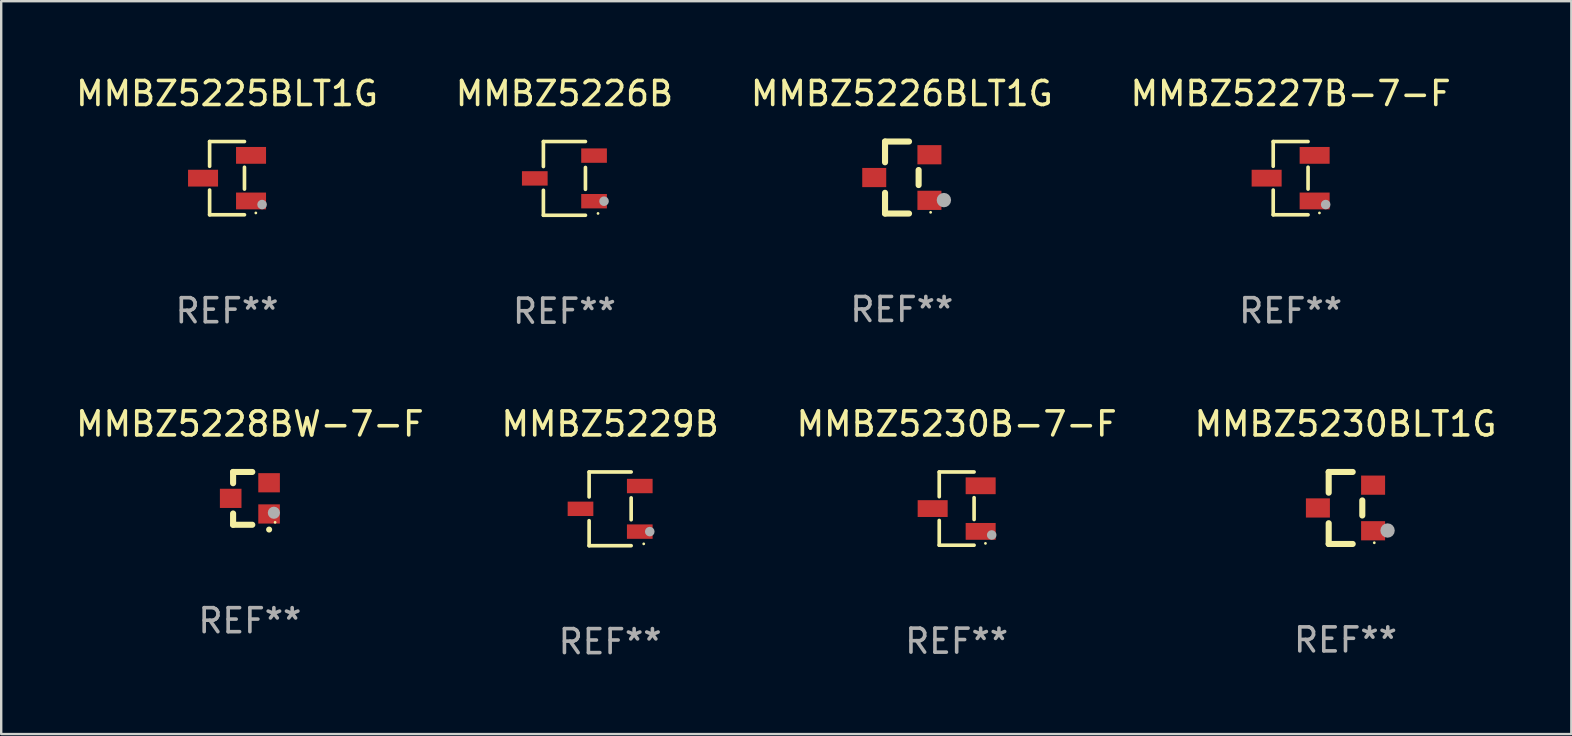
<source format=kicad_pcb>
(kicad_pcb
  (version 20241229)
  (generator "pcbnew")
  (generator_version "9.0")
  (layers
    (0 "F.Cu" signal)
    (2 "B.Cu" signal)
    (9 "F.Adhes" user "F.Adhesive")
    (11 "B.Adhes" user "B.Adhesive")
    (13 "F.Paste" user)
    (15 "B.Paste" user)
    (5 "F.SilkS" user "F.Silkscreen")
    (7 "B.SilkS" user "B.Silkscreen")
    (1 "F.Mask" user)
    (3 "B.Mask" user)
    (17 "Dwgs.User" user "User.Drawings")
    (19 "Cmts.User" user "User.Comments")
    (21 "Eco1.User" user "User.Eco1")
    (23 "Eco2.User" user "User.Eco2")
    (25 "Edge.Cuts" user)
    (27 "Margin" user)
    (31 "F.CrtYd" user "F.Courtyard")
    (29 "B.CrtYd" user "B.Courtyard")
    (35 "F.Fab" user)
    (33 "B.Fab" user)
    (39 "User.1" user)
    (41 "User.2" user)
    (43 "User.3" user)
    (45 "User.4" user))
  (footprint "MMBZ5230BLT1G"
    (layer "F.Cu")
    (at 53.018 18.117)
    (property "Reference" "MMBZ5230BLT1G" (at 0 -3.5 0) (layer "F.SilkS") (effects (font (size 1 1) (thickness 0.15))))
    (attr through_hole)
    (fp_line (start -0.7 -1.5) (end 0.3 -1.5) (stroke (width 0.254) (type solid)) (layer "F.SilkS"))
    (fp_line (start -0.7 -0.636) (end -0.7 -1.5) (stroke (width 0.254) (type solid)) (layer "F.SilkS"))
    (fp_line (start -0.7 1.5) (end -0.7 0.636) (stroke (width 0.254) (type solid)) (layer "F.SilkS"))
    (fp_line (start -0.7 1.5) (end 0.3 1.5) (stroke (width 0.254) (type solid)) (layer "F.SilkS"))
    (fp_line (start 0.7 0.314) (end 0.7 -0.314) (stroke (width 0.254) (type solid)) (layer "F.SilkS"))
    (fp_circle (center 1.2 1.45) (end 1.23 1.45) (stroke (width 0.06) (type solid)) (fill no) (layer "F.SilkS"))
    (fp_circle (center 1.753 0.94) (end 1.903 0.94) (stroke (width 0.3) (type solid)) (fill no) (layer "F.Fab"))
    (fp_text user "REF**" (at 0 5.5 0) (layer "F.Fab") (effects (font (size 1 1) (thickness 0.15))))
    (pad "1" smd rect (at 1.15 0.95 180) (size 1 0.8) (layers "F.Cu" "F.Mask" "F.Paste"))
    (pad "2" smd rect (at 1.15 -0.95 180) (size 1 0.8) (layers "F.Cu" "F.Mask" "F.Paste"))
    (pad "3" smd rect (at -1.15 -0.000051 180) (size 1 0.8) (layers "F.Cu" "F.Mask" "F.Paste")))
  (footprint "MMBZ5227B-7-F"
    (layer "F.Cu")
    (at 50.732 4.374)
    (property "Reference" "MMBZ5227B-7-F" (at 0 -3.526 0) (layer "F.SilkS") (effects (font (size 1 1) (thickness 0.15))))
    (attr through_hole)
    (fp_line (start -0.726 -1.526) (end -0.726 -0.495) (stroke (width 0.152) (type solid)) (layer "F.SilkS"))
    (fp_line (start -0.726 1.526) (end -0.726 0.495) (stroke (width 0.152) (type solid)) (layer "F.SilkS"))
    (fp_line (start 0.726 -1.526) (end -0.726 -1.526) (stroke (width 0.152) (type solid)) (layer "F.SilkS"))
    (fp_line (start 0.726 -0.455) (end 0.726 0.455) (stroke (width 0.152) (type solid)) (layer "F.SilkS"))
    (fp_line (start 0.726 1.526) (end -0.726 1.526) (stroke (width 0.152) (type solid)) (layer "F.SilkS"))
    (fp_circle (center 1.2 1.45) (end 1.23 1.45) (stroke (width 0.06) (type solid)) (fill no) (layer "F.SilkS"))
    (fp_circle (center 1.46 1.1) (end 1.56 1.1) (stroke (width 0.2) (type solid)) (fill no) (layer "F.Fab"))
    (fp_text user "REF**" (at 0 5.526 0) (layer "F.Fab") (effects (font (size 1 1) (thickness 0.15))))
    (pad "1" smd rect (at 1 0.95) (size 1.25 0.7) (layers "F.Cu" "F.Mask" "F.Paste"))
    (pad "2" smd rect (at 1 -0.95) (size 1.25 0.7) (layers "F.Cu" "F.Mask" "F.Paste"))
    (pad "3" smd rect (at -1 0) (size 1.25 0.7) (layers "F.Cu" "F.Mask" "F.Paste")))
  (footprint "MMBZ5226B"
    (layer "F.Cu")
    (at 20.47 4.384)
    (property "Reference" "MMBZ5226B" (at 0 -3.536 0) (layer "F.SilkS") (effects (font (size 1 1) (thickness 0.15))))
    (attr through_hole)
    (fp_line (start -0.876 -1.536) (end -0.876 -0.495) (stroke (width 0.152) (type solid)) (layer "F.SilkS"))
    (fp_line (start -0.876 1.536) (end -0.876 0.495) (stroke (width 0.152) (type solid)) (layer "F.SilkS"))
    (fp_line (start 0.876 -1.536) (end -0.876 -1.536) (stroke (width 0.152) (type solid)) (layer "F.SilkS"))
    (fp_line (start 0.876 -0.455) (end 0.876 0.455) (stroke (width 0.152) (type solid)) (layer "F.SilkS"))
    (fp_line (start 0.876 1.536) (end -0.876 1.536) (stroke (width 0.152) (type solid)) (layer "F.SilkS"))
    (fp_circle (center 1.4 1.46) (end 1.43 1.46) (stroke (width 0.06) (type solid)) (fill no) (layer "F.SilkS"))
    (fp_circle (center 1.651 0.95) (end 1.751 0.95) (stroke (width 0.2) (type solid)) (fill no) (layer "F.Fab"))
    (fp_text user "REF**" (at 0 5.536 0) (layer "F.Fab") (effects (font (size 1 1) (thickness 0.15))))
    (pad "1" smd rect (at 1.235 0.95) (size 1.07 0.6) (layers "F.Cu" "F.Mask" "F.Paste"))
    (pad "2" smd rect (at 1.235 -0.95) (size 1.07 0.6) (layers "F.Cu" "F.Mask" "F.Paste"))
    (pad "3" smd rect (at -1.235 0) (size 1.07 0.6) (layers "F.Cu" "F.Mask" "F.Paste")))
  (footprint "MMBZ5229B"
    (layer "F.Cu")
    (at 22.375 18.153)
    (property "Reference" "MMBZ5229B" (at 0 -3.536 0) (layer "F.SilkS") (effects (font (size 1 1) (thickness 0.15))))
    (attr through_hole)
    (fp_line (start -0.876 -1.536) (end -0.876 -0.495) (stroke (width 0.152) (type solid)) (layer "F.SilkS"))
    (fp_line (start -0.876 1.536) (end -0.876 0.495) (stroke (width 0.152) (type solid)) (layer "F.SilkS"))
    (fp_line (start 0.876 -1.536) (end -0.876 -1.536) (stroke (width 0.152) (type solid)) (layer "F.SilkS"))
    (fp_line (start 0.876 -0.455) (end 0.876 0.455) (stroke (width 0.152) (type solid)) (layer "F.SilkS"))
    (fp_line (start 0.876 1.536) (end -0.876 1.536) (stroke (width 0.152) (type solid)) (layer "F.SilkS"))
    (fp_circle (center 1.4 1.46) (end 1.43 1.46) (stroke (width 0.06) (type solid)) (fill no) (layer "F.SilkS"))
    (fp_circle (center 1.651 0.95) (end 1.751 0.95) (stroke (width 0.2) (type solid)) (fill no) (layer "F.Fab"))
    (fp_text user "REF**" (at 0 5.536 0) (layer "F.Fab") (effects (font (size 1 1) (thickness 0.15))))
    (pad "1" smd rect (at 1.235 0.95) (size 1.07 0.6) (layers "F.Cu" "F.Mask" "F.Paste"))
    (pad "2" smd rect (at 1.235 -0.95) (size 1.07 0.6) (layers "F.Cu" "F.Mask" "F.Paste"))
    (pad "3" smd rect (at -1.235 0) (size 1.07 0.6) (layers "F.Cu" "F.Mask" "F.Paste")))
  (footprint "MMBZ5230B-7-F"
    (layer "F.Cu")
    (at 36.815 18.143)
    (property "Reference" "MMBZ5230B-7-F" (at 0 -3.526 0) (layer "F.SilkS") (effects (font (size 1 1) (thickness 0.15))))
    (attr through_hole)
    (fp_line (start -0.726 -1.526) (end -0.726 -0.495) (stroke (width 0.152) (type solid)) (layer "F.SilkS"))
    (fp_line (start -0.726 1.526) (end -0.726 0.495) (stroke (width 0.152) (type solid)) (layer "F.SilkS"))
    (fp_line (start 0.726 -1.526) (end -0.726 -1.526) (stroke (width 0.152) (type solid)) (layer "F.SilkS"))
    (fp_line (start 0.726 -0.455) (end 0.726 0.455) (stroke (width 0.152) (type solid)) (layer "F.SilkS"))
    (fp_line (start 0.726 1.526) (end -0.726 1.526) (stroke (width 0.152) (type solid)) (layer "F.SilkS"))
    (fp_circle (center 1.2 1.45) (end 1.23 1.45) (stroke (width 0.06) (type solid)) (fill no) (layer "F.SilkS"))
    (fp_circle (center 1.46 1.1) (end 1.56 1.1) (stroke (width 0.2) (type solid)) (fill no) (layer "F.Fab"))
    (fp_text user "REF**" (at 0 5.526 0) (layer "F.Fab") (effects (font (size 1 1) (thickness 0.15))))
    (pad "1" smd rect (at 1 0.95) (size 1.25 0.7) (layers "F.Cu" "F.Mask" "F.Paste"))
    (pad "2" smd rect (at 1 -0.95) (size 1.25 0.7) (layers "F.Cu" "F.Mask" "F.Paste"))
    (pad "3" smd rect (at -1 0) (size 1.25 0.7) (layers "F.Cu" "F.Mask" "F.Paste")))
  (footprint "MMBZ5226BLT1G"
    (layer "F.Cu")
    (at 34.53 4.348)
    (property "Reference" "MMBZ5226BLT1G" (at 0 -3.5 0) (layer "F.SilkS") (effects (font (size 1 1) (thickness 0.15))))
    (attr through_hole)
    (fp_line (start -0.7 -1.5) (end 0.3 -1.5) (stroke (width 0.254) (type solid)) (layer "F.SilkS"))
    (fp_line (start -0.7 -0.636) (end -0.7 -1.5) (stroke (width 0.254) (type solid)) (layer "F.SilkS"))
    (fp_line (start -0.7 1.5) (end -0.7 0.636) (stroke (width 0.254) (type solid)) (layer "F.SilkS"))
    (fp_line (start -0.7 1.5) (end 0.3 1.5) (stroke (width 0.254) (type solid)) (layer "F.SilkS"))
    (fp_line (start 0.7 0.314) (end 0.7 -0.314) (stroke (width 0.254) (type solid)) (layer "F.SilkS"))
    (fp_circle (center 1.2 1.45) (end 1.23 1.45) (stroke (width 0.06) (type solid)) (fill no) (layer "F.SilkS"))
    (fp_circle (center 1.753 0.94) (end 1.903 0.94) (stroke (width 0.3) (type solid)) (fill no) (layer "F.Fab"))
    (fp_text user "REF**" (at 0 5.5 0) (layer "F.Fab") (effects (font (size 1 1) (thickness 0.15))))
    (pad "1" smd rect (at 1.15 0.95 180) (size 1 0.8) (layers "F.Cu" "F.Mask" "F.Paste"))
    (pad "2" smd rect (at 1.15 -0.95 180) (size 1 0.8) (layers "F.Cu" "F.Mask" "F.Paste"))
    (pad "3" smd rect (at -1.15 -0.000051 180) (size 1 0.8) (layers "F.Cu" "F.Mask" "F.Paste")))
  (footprint "MMBZ5225BLT1G"
    (layer "F.Cu")
    (at 6.411 4.374)
    (property "Reference" "MMBZ5225BLT1G" (at 0 -3.526 0) (layer "F.SilkS") (effects (font (size 1 1) (thickness 0.15))))
    (attr through_hole)
    (fp_line (start -0.726 -1.526) (end -0.726 -0.495) (stroke (width 0.152) (type solid)) (layer "F.SilkS"))
    (fp_line (start -0.726 1.526) (end -0.726 0.495) (stroke (width 0.152) (type solid)) (layer "F.SilkS"))
    (fp_line (start 0.726 -1.526) (end -0.726 -1.526) (stroke (width 0.152) (type solid)) (layer "F.SilkS"))
    (fp_line (start 0.726 -0.455) (end 0.726 0.455) (stroke (width 0.152) (type solid)) (layer "F.SilkS"))
    (fp_line (start 0.726 1.526) (end -0.726 1.526) (stroke (width 0.152) (type solid)) (layer "F.SilkS"))
    (fp_circle (center 1.2 1.45) (end 1.23 1.45) (stroke (width 0.06) (type solid)) (fill no) (layer "F.SilkS"))
    (fp_circle (center 1.46 1.1) (end 1.56 1.1) (stroke (width 0.2) (type solid)) (fill no) (layer "F.Fab"))
    (fp_text user "REF**" (at 0 5.526 0) (layer "F.Fab") (effects (font (size 1 1) (thickness 0.15))))
    (pad "1" smd rect (at 1 0.95) (size 1.25 0.7) (layers "F.Cu" "F.Mask" "F.Paste"))
    (pad "2" smd rect (at 1 -0.95) (size 1.25 0.7) (layers "F.Cu" "F.Mask" "F.Paste"))
    (pad "3" smd rect (at -1 0) (size 1.25 0.7) (layers "F.Cu" "F.Mask" "F.Paste")))
  (footprint "MMBZ5228BW-7-F"
    (layer "F.Cu")
    (at 7.363 17.717)
    (property "Reference" "MMBZ5228BW-7-F" (at 0 -3.1 0) (layer "F.SilkS") (effects (font (size 1 1) (thickness 0.15))))
    (attr through_hole)
    (fp_line (start -0.7 -1.1) (end 0.1 -1.1) (stroke (width 0.254) (type solid)) (layer "F.SilkS"))
    (fp_line (start -0.7 -0.631) (end -0.7 -1.1) (stroke (width 0.254) (type solid)) (layer "F.SilkS"))
    (fp_line (start -0.7 1.1) (end -0.7 0.631) (stroke (width 0.254) (type solid)) (layer "F.SilkS"))
    (fp_line (start -0.7 1.1) (end 0.1 1.1) (stroke (width 0.254) (type solid)) (layer "F.SilkS"))
    (fp_arc (start 0.8 1.3) (mid 0.80127 1.299994) (end 0.80254 1.3) (stroke (width 0.24892) (type solid)) (layer "F.SilkS"))
    (fp_circle (center 1.05 1) (end 1.08 1) (stroke (width 0.06) (type solid)) (fill no) (layer "F.SilkS"))
    (fp_circle (center 1 0.6) (end 1.127 0.6) (stroke (width 0.254) (type solid)) (fill no) (layer "F.Fab"))
    (fp_text user "REF**" (at 0 5.1 0) (layer "F.Fab") (effects (font (size 1 1) (thickness 0.15))))
    (pad "1" smd rect (at 0.8 0.65 90) (size 0.8 0.9) (layers "F.Cu" "F.Mask" "F.Paste"))
    (pad "2" smd rect (at 0.8 -0.65 90) (size 0.8 0.9) (layers "F.Cu" "F.Mask" "F.Paste"))
    (pad "3" smd rect (at -0.8 0 90) (size 0.8 0.9) (layers "F.Cu" "F.Mask" "F.Paste")))
  (gr_rect
    (start -3 -3)
    (end 62.429 27.538)
    (stroke (width 0.1) (type default))
    (fill no)
    (layer "Edge.Cuts")))
</source>
